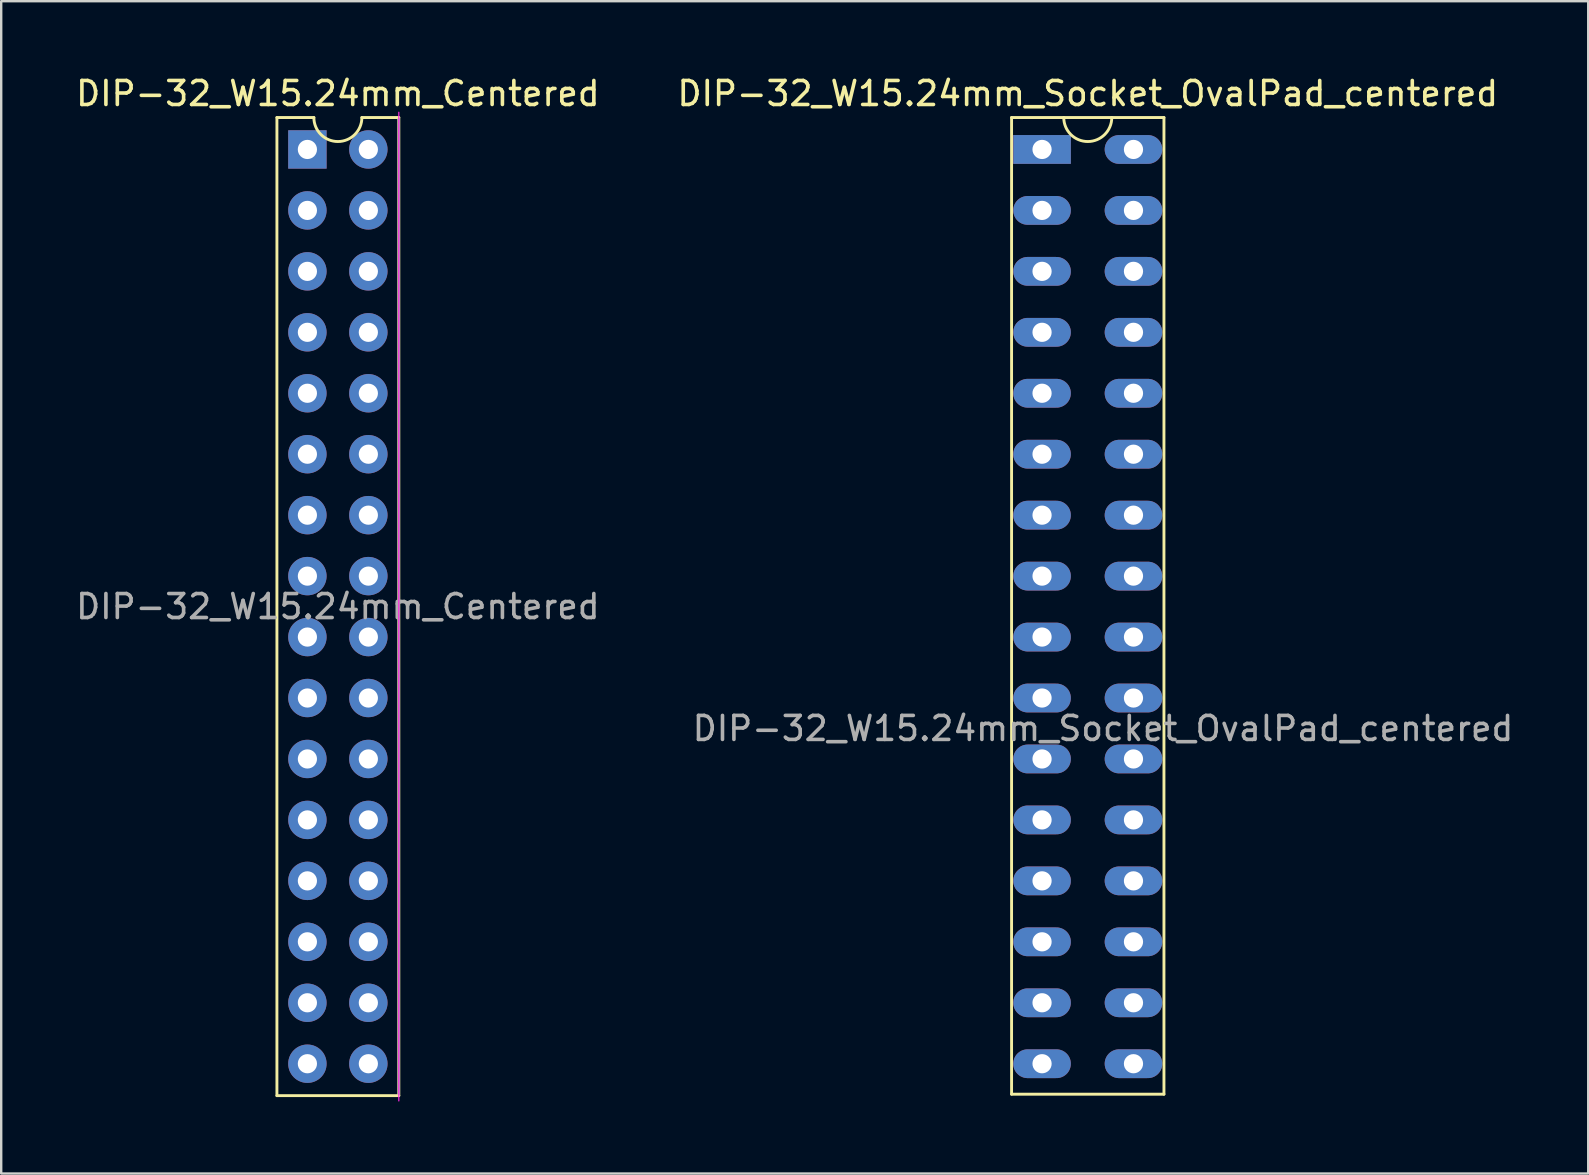
<source format=kicad_pcb>
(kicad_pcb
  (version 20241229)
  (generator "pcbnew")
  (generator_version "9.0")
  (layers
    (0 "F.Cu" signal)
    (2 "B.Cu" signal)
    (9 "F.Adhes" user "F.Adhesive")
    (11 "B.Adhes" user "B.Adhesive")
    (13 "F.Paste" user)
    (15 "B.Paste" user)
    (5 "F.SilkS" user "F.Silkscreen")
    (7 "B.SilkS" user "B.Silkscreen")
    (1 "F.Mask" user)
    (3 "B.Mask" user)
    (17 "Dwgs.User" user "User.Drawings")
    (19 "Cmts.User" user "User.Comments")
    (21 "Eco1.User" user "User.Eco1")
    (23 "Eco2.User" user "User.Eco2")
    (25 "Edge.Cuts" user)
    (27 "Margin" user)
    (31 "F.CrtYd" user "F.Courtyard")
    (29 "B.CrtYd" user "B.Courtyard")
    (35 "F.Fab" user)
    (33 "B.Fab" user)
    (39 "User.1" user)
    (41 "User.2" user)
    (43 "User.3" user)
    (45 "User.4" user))
  (footprint "DIP-32_W15.24mm_Socket_OvalPad_centered"
    (layer "F.Cu")
    (at 40.375 3.178)
    (property "Reference" "DIP-32_W15.24mm_Socket_OvalPad_centered" (at 1.905 -2.33 0) (layer "F.SilkS") (effects (font (size 1 1) (thickness 0.15))))
    (attr through_hole)
    (fp_line (start -1.27 -1.33) (end -1.27 39.37) (stroke (width 0.12) (type solid)) (layer "F.SilkS"))
    (fp_line (start -1.27 39.37) (end 5.08 39.37) (stroke (width 0.12) (type solid)) (layer "F.SilkS"))
    (fp_line (start 5.08 -1.33) (end -1.27 -1.33) (stroke (width 0.12) (type solid)) (layer "F.SilkS"))
    (fp_line (start 5.08 39.37) (end 5.08 -1.33) (stroke (width 0.12) (type solid)) (layer "F.SilkS"))
    (fp_arc (start 2.905 -1.33) (mid 1.905 -0.33) (end 0.905 -1.33) (stroke (width 0.12) (type solid)) (layer "F.SilkS"))
    (fp_text user "${REFERENCE}" (at 2.54 24.13 0) (layer "F.Fab") (effects (font (size 1 1) (thickness 0.15))))
    (pad "1" thru_hole rect (at 0 0) (size 2.4 1.2) (drill 0.8) (layers "*.Cu" "*.Mask"))
    (pad "2" thru_hole oval (at 0 2.54) (size 2.4 1.2) (drill 0.8) (layers "*.Cu" "*.Mask"))
    (pad "3" thru_hole oval (at 0 5.08) (size 2.4 1.2) (drill 0.8) (layers "*.Cu" "*.Mask"))
    (pad "4" thru_hole oval (at 0 7.62) (size 2.4 1.2) (drill 0.8) (layers "*.Cu" "*.Mask"))
    (pad "5" thru_hole oval (at 0 10.16) (size 2.4 1.2) (drill 0.8) (layers "*.Cu" "*.Mask"))
    (pad "6" thru_hole oval (at 0 12.7) (size 2.4 1.2) (drill 0.8) (layers "*.Cu" "*.Mask"))
    (pad "7" thru_hole oval (at 0 15.24) (size 2.4 1.2) (drill 0.8) (layers "*.Cu" "*.Mask"))
    (pad "8" thru_hole oval (at 0 17.78) (size 2.4 1.2) (drill 0.8) (layers "*.Cu" "*.Mask"))
    (pad "9" thru_hole oval (at 0 20.32) (size 2.4 1.2) (drill 0.8) (layers "*.Cu" "*.Mask"))
    (pad "10" thru_hole oval (at 0 22.86) (size 2.4 1.2) (drill 0.8) (layers "*.Cu" "*.Mask"))
    (pad "11" thru_hole oval (at 0 25.4) (size 2.4 1.2) (drill 0.8) (layers "*.Cu" "*.Mask"))
    (pad "12" thru_hole oval (at 0 27.94) (size 2.4 1.2) (drill 0.8) (layers "*.Cu" "*.Mask"))
    (pad "13" thru_hole oval (at 0 30.48) (size 2.4 1.2) (drill 0.8) (layers "*.Cu" "*.Mask"))
    (pad "14" thru_hole oval (at 0 33.02) (size 2.4 1.2) (drill 0.8) (layers "*.Cu" "*.Mask"))
    (pad "15" thru_hole oval (at 0 35.56) (size 2.4 1.2) (drill 0.8) (layers "*.Cu" "*.Mask"))
    (pad "16" thru_hole oval (at 0 38.1) (size 2.4 1.2) (drill 0.8) (layers "*.Cu" "*.Mask"))
    (pad "17" thru_hole oval (at 3.81 38.1) (size 2.4 1.2) (drill 0.8) (layers "*.Cu" "*.Mask"))
    (pad "18" thru_hole oval (at 3.81 35.56) (size 2.4 1.2) (drill 0.8) (layers "*.Cu" "*.Mask"))
    (pad "19" thru_hole oval (at 3.81 33.02) (size 2.4 1.2) (drill 0.8) (layers "*.Cu" "*.Mask"))
    (pad "20" thru_hole oval (at 3.81 30.48) (size 2.4 1.2) (drill 0.8) (layers "*.Cu" "*.Mask"))
    (pad "21" thru_hole oval (at 3.81 27.94) (size 2.4 1.2) (drill 0.8) (layers "*.Cu" "*.Mask"))
    (pad "22" thru_hole oval (at 3.81 25.4) (size 2.4 1.2) (drill 0.8) (layers "*.Cu" "*.Mask"))
    (pad "23" thru_hole oval (at 3.81 22.86) (size 2.4 1.2) (drill 0.8) (layers "*.Cu" "*.Mask"))
    (pad "24" thru_hole oval (at 3.81 20.32) (size 2.4 1.2) (drill 0.8) (layers "*.Cu" "*.Mask"))
    (pad "25" thru_hole oval (at 3.81 17.78) (size 2.4 1.2) (drill 0.8) (layers "*.Cu" "*.Mask"))
    (pad "26" thru_hole oval (at 3.81 15.24) (size 2.4 1.2) (drill 0.8) (layers "*.Cu" "*.Mask"))
    (pad "27" thru_hole oval (at 3.81 12.7) (size 2.4 1.2) (drill 0.8) (layers "*.Cu" "*.Mask"))
    (pad "28" thru_hole oval (at 3.81 10.16) (size 2.4 1.2) (drill 0.8) (layers "*.Cu" "*.Mask"))
    (pad "29" thru_hole oval (at 3.81 7.62) (size 2.4 1.2) (drill 0.8) (layers "*.Cu" "*.Mask"))
    (pad "30" thru_hole oval (at 3.81 5.08) (size 2.4 1.2) (drill 0.8) (layers "*.Cu" "*.Mask"))
    (pad "31" thru_hole oval (at 3.81 2.54) (size 2.4 1.2) (drill 0.8) (layers "*.Cu" "*.Mask"))
    (pad "32" thru_hole oval (at 3.81 0) (size 2.4 1.2) (drill 0.8) (layers "*.Cu" "*.Mask")))
  (footprint "DIP-32_W15.24mm_Centered"
    (layer "F.Cu")
    (at 3.41 3.178)
    (property "Reference" "DIP-32_W15.24mm_Centered" (at 7.62 -2.33 0) (layer "F.SilkS") (effects (font (size 1 1) (thickness 0.15))))
    (attr through_hole)
    (fp_line (start 5.08 -1.33) (end 5.08 39.43) (stroke (width 0.12) (type solid)) (layer "F.SilkS"))
    (fp_line (start 5.08 39.43) (end 10.16 39.43) (stroke (width 0.12) (type solid)) (layer "F.SilkS"))
    (fp_line (start 6.62 -1.33) (end 5.08 -1.33) (stroke (width 0.12) (type solid)) (layer "F.SilkS"))
    (fp_line (start 10.16 -1.33) (end 8.62 -1.33) (stroke (width 0.12) (type solid)) (layer "F.SilkS"))
    (fp_line (start 10.16 39.43) (end 10.16 -1.33) (stroke (width 0.12) (type solid)) (layer "F.SilkS"))
    (fp_arc (start 8.62 -1.33) (mid 7.62 -0.33) (end 6.62 -1.33) (stroke (width 0.12) (type solid)) (layer "F.SilkS"))
    (fp_line (start 10.16 39.65) (end 10.16 -1.55) (stroke (width 0.05) (type solid)) (layer "F.CrtYd"))
    (fp_line (start 10.16 -1.27) (end 10.16 39.37) (stroke (width 0.1) (type solid)) (layer "F.Fab"))
    (fp_text user "${REFERENCE}" (at 7.62 19.05 0) (layer "F.Fab") (effects (font (size 1 1) (thickness 0.15))))
    (pad "1" thru_hole rect (at 6.35 0) (size 1.6 1.6) (drill 0.8) (layers "*.Cu" "*.Mask"))
    (pad "2" thru_hole oval (at 6.35 2.54) (size 1.6 1.6) (drill 0.8) (layers "*.Cu" "*.Mask"))
    (pad "3" thru_hole oval (at 6.35 5.08) (size 1.6 1.6) (drill 0.8) (layers "*.Cu" "*.Mask"))
    (pad "4" thru_hole oval (at 6.35 7.62) (size 1.6 1.6) (drill 0.8) (layers "*.Cu" "*.Mask"))
    (pad "5" thru_hole oval (at 6.35 10.16) (size 1.6 1.6) (drill 0.8) (layers "*.Cu" "*.Mask"))
    (pad "6" thru_hole oval (at 6.35 12.7) (size 1.6 1.6) (drill 0.8) (layers "*.Cu" "*.Mask"))
    (pad "7" thru_hole oval (at 6.35 15.24) (size 1.6 1.6) (drill 0.8) (layers "*.Cu" "*.Mask"))
    (pad "8" thru_hole oval (at 6.35 17.78) (size 1.6 1.6) (drill 0.8) (layers "*.Cu" "*.Mask"))
    (pad "9" thru_hole oval (at 6.35 20.32) (size 1.6 1.6) (drill 0.8) (layers "*.Cu" "*.Mask"))
    (pad "10" thru_hole oval (at 6.35 22.86) (size 1.6 1.6) (drill 0.8) (layers "*.Cu" "*.Mask"))
    (pad "11" thru_hole oval (at 6.35 25.4) (size 1.6 1.6) (drill 0.8) (layers "*.Cu" "*.Mask"))
    (pad "12" thru_hole oval (at 6.35 27.94) (size 1.6 1.6) (drill 0.8) (layers "*.Cu" "*.Mask"))
    (pad "13" thru_hole oval (at 6.35 30.48) (size 1.6 1.6) (drill 0.8) (layers "*.Cu" "*.Mask"))
    (pad "14" thru_hole oval (at 6.35 33.02) (size 1.6 1.6) (drill 0.8) (layers "*.Cu" "*.Mask"))
    (pad "15" thru_hole oval (at 6.35 35.56) (size 1.6 1.6) (drill 0.8) (layers "*.Cu" "*.Mask"))
    (pad "16" thru_hole oval (at 6.35 38.1) (size 1.6 1.6) (drill 0.8) (layers "*.Cu" "*.Mask"))
    (pad "17" thru_hole oval (at 8.89 38.1) (size 1.6 1.6) (drill 0.8) (layers "*.Cu" "*.Mask"))
    (pad "18" thru_hole oval (at 8.89 35.56) (size 1.6 1.6) (drill 0.8) (layers "*.Cu" "*.Mask"))
    (pad "19" thru_hole oval (at 8.89 33.02) (size 1.6 1.6) (drill 0.8) (layers "*.Cu" "*.Mask"))
    (pad "20" thru_hole oval (at 8.89 30.48) (size 1.6 1.6) (drill 0.8) (layers "*.Cu" "*.Mask"))
    (pad "21" thru_hole oval (at 8.89 27.94) (size 1.6 1.6) (drill 0.8) (layers "*.Cu" "*.Mask"))
    (pad "22" thru_hole oval (at 8.89 25.4) (size 1.6 1.6) (drill 0.8) (layers "*.Cu" "*.Mask"))
    (pad "23" thru_hole oval (at 8.89 22.86) (size 1.6 1.6) (drill 0.8) (layers "*.Cu" "*.Mask"))
    (pad "24" thru_hole oval (at 8.89 20.32) (size 1.6 1.6) (drill 0.8) (layers "*.Cu" "*.Mask"))
    (pad "25" thru_hole oval (at 8.89 17.78) (size 1.6 1.6) (drill 0.8) (layers "*.Cu" "*.Mask"))
    (pad "26" thru_hole oval (at 8.89 15.24) (size 1.6 1.6) (drill 0.8) (layers "*.Cu" "*.Mask"))
    (pad "27" thru_hole oval (at 8.89 12.7) (size 1.6 1.6) (drill 0.8) (layers "*.Cu" "*.Mask"))
    (pad "28" thru_hole oval (at 8.89 10.16) (size 1.6 1.6) (drill 0.8) (layers "*.Cu" "*.Mask"))
    (pad "29" thru_hole oval (at 8.89 7.62) (size 1.6 1.6) (drill 0.8) (layers "*.Cu" "*.Mask"))
    (pad "30" thru_hole oval (at 8.89 5.08) (size 1.6 1.6) (drill 0.8) (layers "*.Cu" "*.Mask"))
    (pad "31" thru_hole oval (at 8.89 2.54) (size 1.6 1.6) (drill 0.8) (layers "*.Cu" "*.Mask"))
    (pad "32" thru_hole oval (at 8.89 0) (size 1.6 1.6) (drill 0.8) (layers "*.Cu" "*.Mask")))
  (gr_rect
    (start -3 -3)
    (end 63.135 45.853)
    (stroke (width 0.1) (type default))
    (fill no)
    (layer "Edge.Cuts")))
</source>
